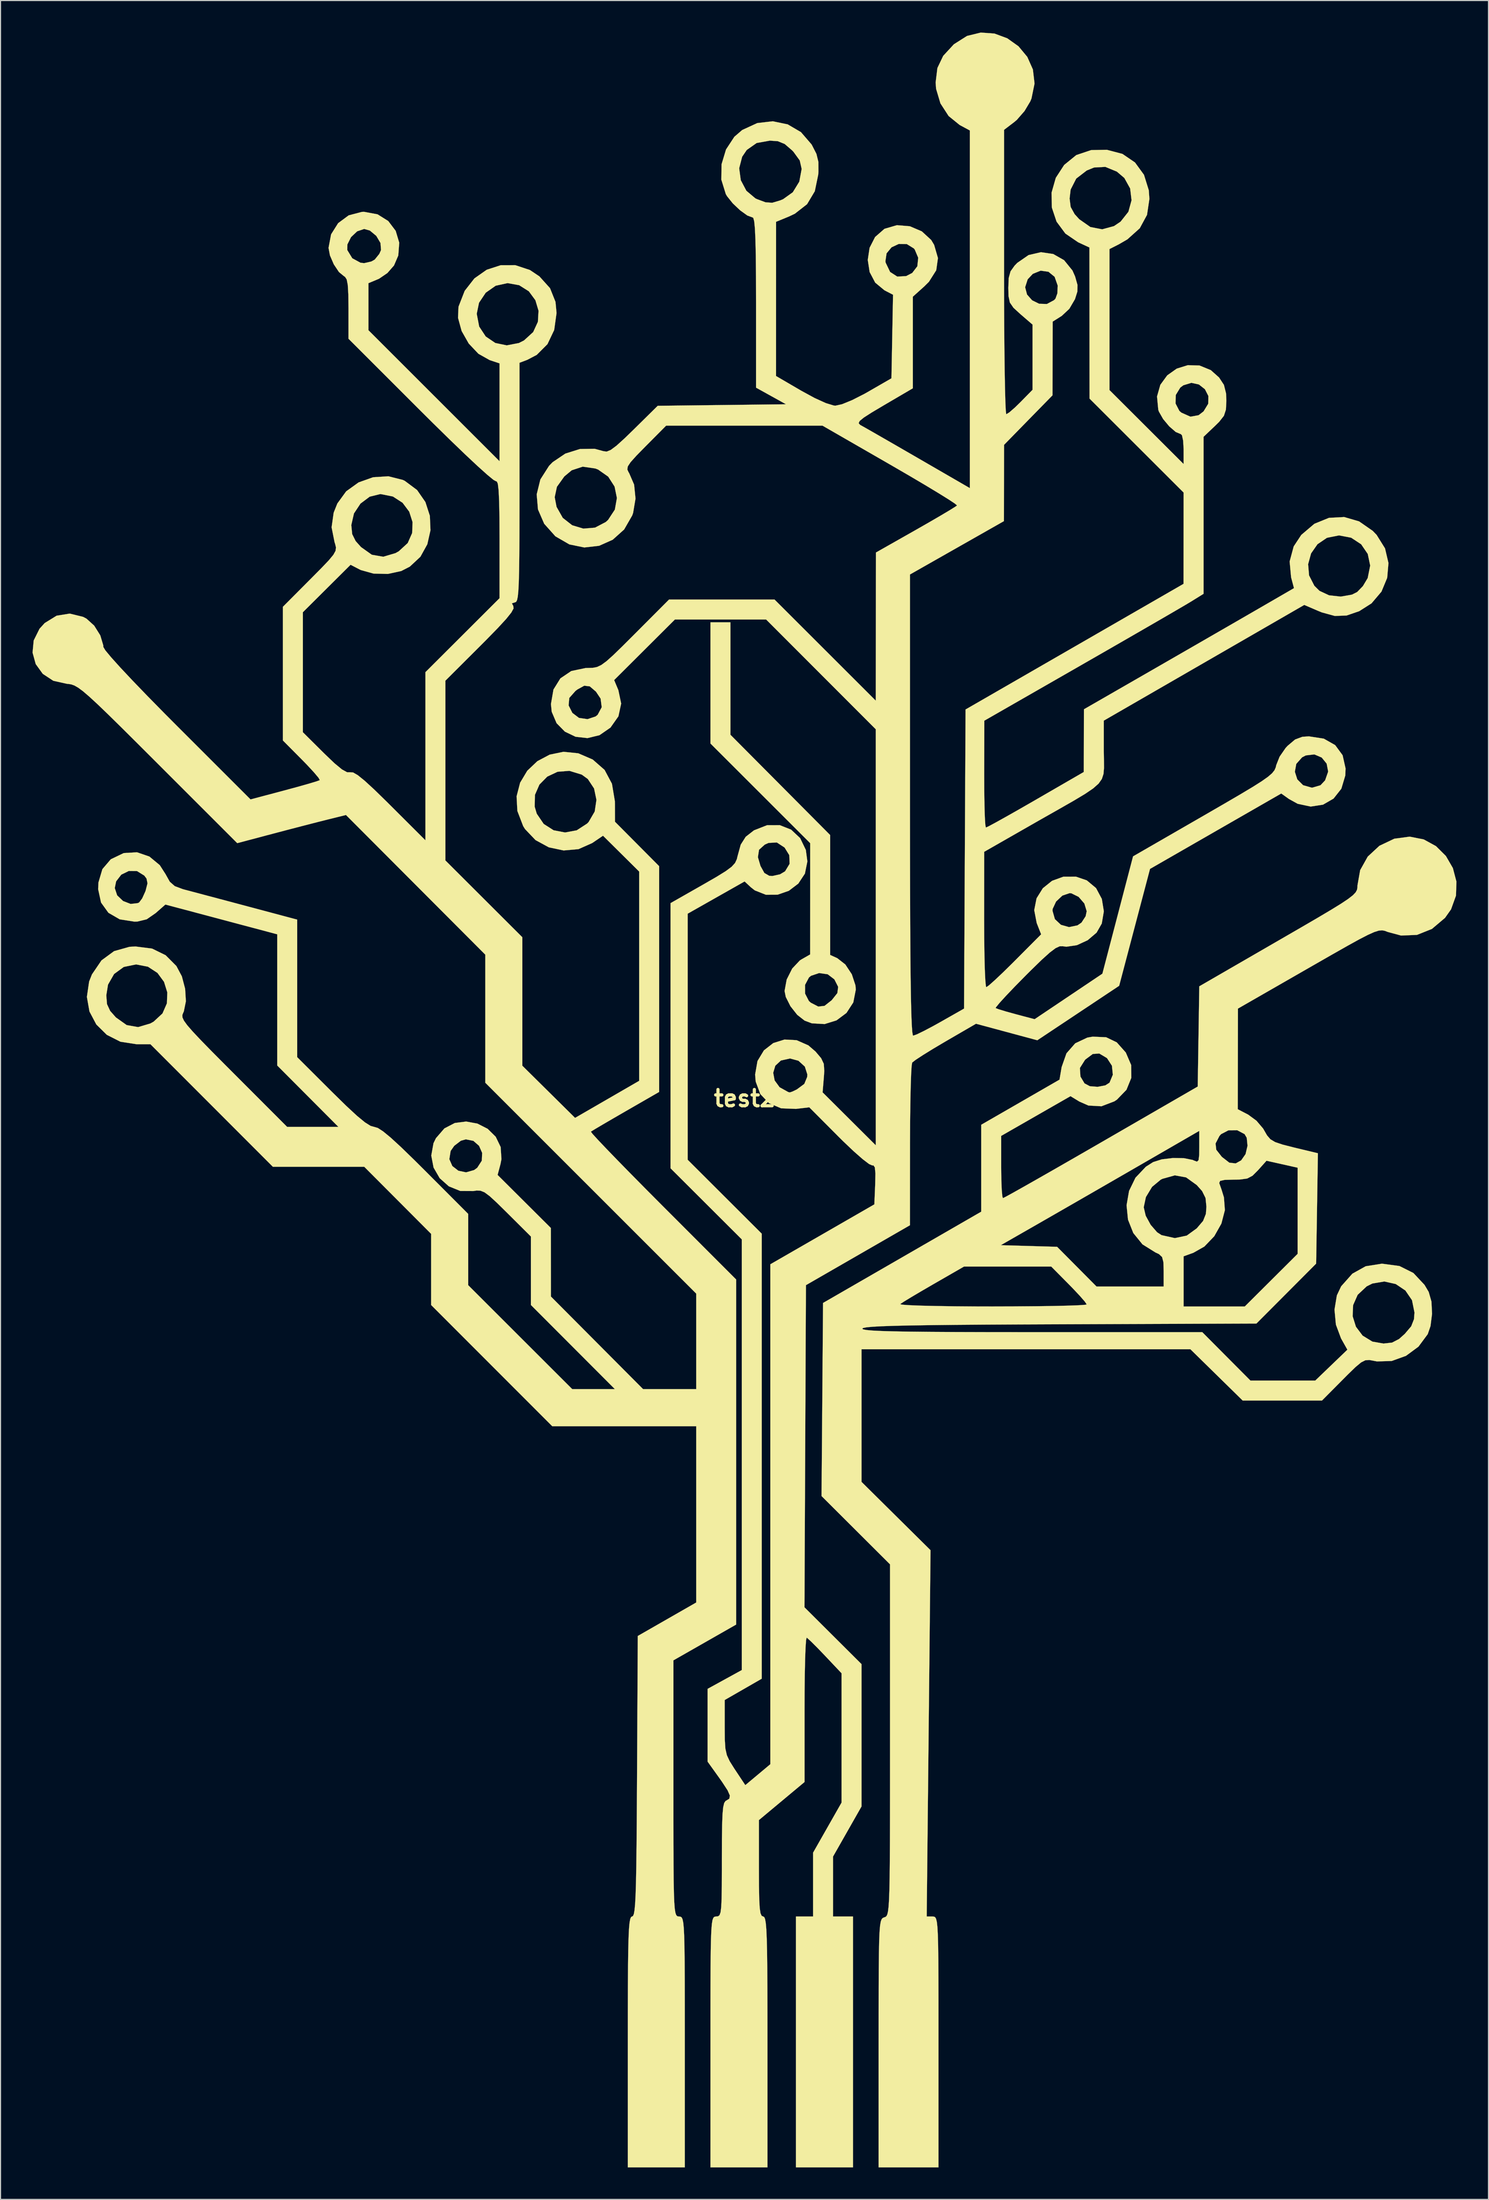
<source format=kicad_pcb>
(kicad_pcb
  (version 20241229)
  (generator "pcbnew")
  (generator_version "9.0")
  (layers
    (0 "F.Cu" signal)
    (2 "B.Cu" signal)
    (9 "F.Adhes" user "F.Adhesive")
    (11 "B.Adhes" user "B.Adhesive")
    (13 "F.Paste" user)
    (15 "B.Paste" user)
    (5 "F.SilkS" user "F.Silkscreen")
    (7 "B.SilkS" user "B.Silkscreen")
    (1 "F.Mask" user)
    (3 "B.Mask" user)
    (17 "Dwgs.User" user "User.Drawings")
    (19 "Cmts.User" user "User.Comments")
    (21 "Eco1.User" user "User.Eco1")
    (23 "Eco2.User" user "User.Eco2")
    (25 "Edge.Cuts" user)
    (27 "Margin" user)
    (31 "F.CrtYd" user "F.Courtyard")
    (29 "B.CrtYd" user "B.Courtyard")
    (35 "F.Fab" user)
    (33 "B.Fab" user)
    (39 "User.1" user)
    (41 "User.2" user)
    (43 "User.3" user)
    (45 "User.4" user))
  (footprint "test2"
    (layer "F.Cu")
    (at 66.803 99.971)
    (property "Reference" "test2" (at 0 0 0) (layer "F.SilkS") (effects (font (size 1.524 1.524) (thickness 0.3))))
    (attr through_hole)
    (fp_poly (pts (xy -1.337 -34.108) (xy 3.342 -29.403) (xy 8.021 -24.698) (xy 8.021 -13.454) (xy 8.69 -13.149) (xy 9.443 -12.559) (xy 10.051 -11.641) (xy 10.392 -10.604) (xy 10.426 -10.201) (xy 10.19 -8.999) (xy 9.55 -8.015) (xy 8.616 -7.317) (xy 7.496 -6.97) (xy 6.3 -7.04) (xy 5.623 -7.294) (xy 4.929 -7.837) (xy 4.293 -8.645) (xy 3.857 -9.512) (xy 3.743 -10.074) (xy 3.848 -10.645) (xy 5.663 -10.645) (xy 5.666 -9.83) (xy 6.027 -9.13) (xy 6.209 -8.972) (xy 6.904 -8.612) (xy 7.49 -8.678) (xy 8.147 -9.193) (xy 8.167 -9.212) (xy 8.693 -9.873) (xy 8.771 -10.46) (xy 8.421 -11.149) (xy 8.407 -11.17) (xy 7.789 -11.639) (xy 6.986 -11.755) (xy 6.226 -11.501) (xy 6.035 -11.344) (xy 5.663 -10.645) (xy 3.848 -10.645) (xy 3.942 -11.15) (xy 4.459 -12.178) (xy 5.176 -12.939) (xy 5.335 -13.04) (xy 6.146 -13.502) (xy 6.148 -18.719) (xy 6.149 -23.935) (xy -3.208 -33.282) (xy -3.208 -44.651) (xy -1.337 -44.651) (xy -1.337 -34.108)) (stroke (width 0.01) (type solid)) (fill yes) (layer "F.SilkS"))
    (fp_poly (pts (xy 63.701 -24.289) (xy 64.849 -23.659) (xy 65.777 -22.737) (xy 66.433 -21.603) (xy 66.766 -20.338) (xy 66.726 -19.021) (xy 66.262 -17.731) (xy 65.697 -16.932) (xy 64.469 -15.895) (xy 63.07 -15.335) (xy 61.577 -15.272) (xy 60.324 -15.61) (xy 60.058 -15.713) (xy 59.796 -15.763) (xy 59.481 -15.734) (xy 59.057 -15.601) (xy 58.466 -15.337) (xy 57.651 -14.917) (xy 56.556 -14.313) (xy 55.123 -13.501) (xy 53.296 -12.454) (xy 52.855 -12.201) (xy 46.272 -8.422) (xy 46.255 1.017) (xy 47.233 1.525) (xy 48.008 2.094) (xy 48.634 2.83) (xy 48.698 2.941) (xy 49.002 3.469) (xy 49.313 3.831) (xy 49.755 4.096) (xy 50.447 4.33) (xy 51.511 4.602) (xy 51.818 4.676) (xy 53.772 5.145) (xy 53.69 10.322) (xy 53.607 15.499) (xy 50.807 18.309) (xy 48.006 21.118) (xy 29.573 21.187) (xy 25.832 21.203) (xy 22.594 21.221) (xy 19.829 21.242) (xy 17.507 21.267) (xy 15.595 21.297) (xy 14.064 21.331) (xy 12.881 21.371) (xy 12.018 21.418) (xy 11.441 21.471) (xy 11.122 21.532) (xy 11.029 21.59) (xy 11.105 21.662) (xy 11.407 21.724) (xy 11.969 21.775) (xy 12.823 21.818) (xy 14.004 21.852) (xy 15.544 21.879) (xy 17.476 21.899) (xy 19.835 21.913) (xy 22.653 21.921) (xy 25.963 21.924) (xy 26.921 21.924) (xy 42.924 21.924) (xy 45.185 24.197) (xy 47.446 26.469) (xy 53.521 26.469) (xy 56.537 23.571) (xy 55.941 22.511) (xy 55.46 21.22) (xy 55.387 20.431) (xy 57.031 20.431) (xy 57.34 21.42) (xy 57.967 22.251) (xy 58.881 22.812) (xy 59.921 22.994) (xy 60.73 22.906) (xy 61.387 22.566) (xy 61.923 22.085) (xy 62.523 21.379) (xy 62.786 20.707) (xy 62.832 20.084) (xy 62.599 18.928) (xy 61.976 18.018) (xy 61.075 17.413) (xy 60.007 17.174) (xy 58.884 17.364) (xy 58.346 17.632) (xy 57.502 18.425) (xy 57.074 19.395) (xy 57.031 20.431) (xy 55.387 20.431) (xy 55.329 19.812) (xy 55.55 18.477) (xy 55.953 17.625) (xy 57.004 16.442) (xy 58.254 15.745) (xy 59.751 15.508) (xy 59.81 15.507) (xy 61.419 15.722) (xy 62.731 16.378) (xy 63.773 17.491) (xy 64.166 18.154) (xy 64.425 19.061) (xy 64.48 20.211) (xy 64.336 21.355) (xy 64.075 22.113) (xy 63.205 23.287) (xy 62.034 24.148) (xy 60.693 24.631) (xy 59.313 24.672) (xy 59.048 24.622) (xy 58.596 24.537) (xy 58.222 24.564) (xy 57.826 24.764) (xy 57.306 25.196) (xy 56.559 25.922) (xy 56.114 26.37) (xy 54.155 28.341) (xy 46.717 28.341) (xy 44.264 25.935) (xy 41.81 23.528) (xy 10.962 23.528) (xy 10.962 35.969) (xy 17.436 42.378) (xy 17.076 76.735) (xy 17.629 76.735) (xy 17.761 76.744) (xy 17.87 76.802) (xy 17.958 76.955) (xy 18.028 77.251) (xy 18.082 77.735) (xy 18.121 78.454) (xy 18.148 79.455) (xy 18.166 80.784) (xy 18.175 82.488) (xy 18.18 84.613) (xy 18.181 87.206) (xy 18.181 88.499) (xy 18.181 100.263) (xy 12.566 100.263) (xy 12.566 88.608) (xy 12.567 85.809) (xy 12.57 83.497) (xy 12.578 81.625) (xy 12.593 80.147) (xy 12.617 79.013) (xy 12.652 78.178) (xy 12.701 77.594) (xy 12.765 77.214) (xy 12.847 76.989) (xy 12.948 76.874) (xy 13.072 76.82) (xy 13.101 76.812) (xy 13.211 76.773) (xy 13.304 76.692) (xy 13.383 76.528) (xy 13.448 76.242) (xy 13.501 75.795) (xy 13.543 75.146) (xy 13.575 74.257) (xy 13.599 73.087) (xy 13.615 71.597) (xy 13.626 69.747) (xy 13.632 67.498) (xy 13.635 64.81) (xy 13.636 61.642) (xy 13.636 60.189) (xy 13.636 43.706) (xy 10.424 40.503) (xy 7.212 37.299) (xy 7.352 19.297) (xy 14.585 19.297) (xy 14.78 19.349) (xy 15.45 19.397) (xy 16.535 19.44) (xy 17.976 19.474) (xy 19.712 19.5) (xy 21.684 19.515) (xy 23.208 19.518) (xy 25.326 19.512) (xy 27.263 19.496) (xy 28.956 19.472) (xy 30.345 19.439) (xy 31.367 19.401) (xy 31.959 19.357) (xy 32.084 19.325) (xy 31.908 19.06) (xy 31.437 18.519) (xy 30.757 17.796) (xy 30.421 17.453) (xy 28.758 15.775) (xy 20.573 15.775) (xy 17.706 17.425) (xy 16.584 18.077) (xy 15.624 18.645) (xy 14.926 19.07) (xy 14.59 19.293) (xy 14.585 19.297) (xy 7.352 19.297) (xy 7.353 19.186) (xy 16.742 13.769) (xy 24.025 13.769) (xy 26.667 13.845) (xy 29.309 13.921) (xy 33.006 17.646) (xy 39.303 17.646) (xy 39.303 16.208) (xy 39.279 15.361) (xy 39.156 14.882) (xy 39.083 14.813) (xy 41.175 14.813) (xy 41.175 19.518) (xy 46.913 19.518) (xy 49.391 17.05) (xy 51.869 14.582) (xy 51.869 6.502) (xy 50.41 6.175) (xy 48.951 5.849) (xy 48.159 6.734) (xy 47.641 7.252) (xy 47.142 7.517) (xy 46.45 7.611) (xy 45.874 7.62) (xy 45.02 7.645) (xy 44.6 7.739) (xy 44.516 7.932) (xy 44.544 8.021) (xy 44.732 8.553) (xy 44.955 9.276) (xy 44.958 9.287) (xy 45.047 10.483) (xy 44.719 11.744) (xy 44.051 12.929) (xy 43.121 13.898) (xy 42.092 14.481) (xy 41.175 14.813) (xy 39.083 14.813) (xy 38.864 14.606) (xy 38.532 14.451) (xy 37.315 13.69) (xy 36.456 12.631) (xy 35.958 11.376) (xy 35.843 10.214) (xy 37.433 10.214) (xy 37.62 11.008) (xy 38.086 11.862) (xy 38.69 12.558) (xy 39.104 12.826) (xy 40.354 13.105) (xy 41.469 12.87) (xy 42.405 12.192) (xy 43.001 11.494) (xy 43.265 10.83) (xy 43.314 10.16) (xy 43.231 9.341) (xy 42.908 8.691) (xy 42.405 8.128) (xy 41.408 7.411) (xy 40.352 7.219) (xy 39.187 7.545) (xy 39.027 7.625) (xy 38.215 8.3) (xy 37.636 9.259) (xy 37.433 10.214) (xy 35.843 10.214) (xy 35.824 10.025) (xy 36.057 8.68) (xy 36.658 7.442) (xy 37.631 6.412) (xy 38.317 5.975) (xy 39.129 5.717) (xy 40.173 5.592) (xy 41.217 5.609) (xy 42.03 5.776) (xy 42.147 5.83) (xy 42.428 5.935) (xy 42.577 5.796) (xy 42.636 5.31) (xy 42.645 4.571) (xy 42.645 4.23) (xy 44.172 4.23) (xy 44.238 4.817) (xy 44.753 5.474) (xy 44.772 5.493) (xy 45.463 6.03) (xy 46.061 6.099) (xy 46.572 5.815) (xy 46.985 5.226) (xy 47.17 4.442) (xy 47.097 3.699) (xy 46.895 3.352) (xy 46.2 2.986) (xy 45.386 2.993) (xy 44.687 3.356) (xy 44.532 3.535) (xy 44.172 4.23) (xy 42.645 4.23) (xy 42.645 3.046) (xy 36.897 6.367) (xy 35.047 7.435) (xy 33.11 8.552) (xy 31.211 9.646) (xy 29.476 10.644) (xy 28.031 11.474) (xy 27.587 11.729) (xy 24.025 13.769) (xy 16.742 13.769) (xy 22.192 10.625) (xy 22.192 2.472) (xy 29.533 -1.758) (xy 29.719 -2.849) (xy 31.445 -2.849) (xy 31.497 -2.048) (xy 31.882 -1.404) (xy 32.378 -1.142) (xy 33.111 -1.084) (xy 33.828 -1.22) (xy 34.224 -1.471) (xy 34.536 -2.221) (xy 34.451 -3.063) (xy 33.998 -3.762) (xy 33.96 -3.794) (xy 33.267 -4.207) (xy 32.657 -4.167) (xy 31.978 -3.66) (xy 31.922 -3.605) (xy 31.445 -2.849) (xy 29.719 -2.849) (xy 29.735 -2.942) (xy 30.186 -4.227) (xy 31.009 -5.166) (xy 32.146 -5.702) (xy 32.653 -5.789) (xy 33.907 -5.734) (xy 34.904 -5.255) (xy 35.753 -4.301) (xy 36.257 -3.126) (xy 36.269 -1.925) (xy 35.815 -0.807) (xy 34.92 0.118) (xy 34.678 0.278) (xy 33.467 0.74) (xy 32.247 0.672) (xy 31.392 0.296) (xy 30.565 -0.208) (xy 27.314 1.655) (xy 24.063 3.518) (xy 24.063 6.438) (xy 24.077 7.615) (xy 24.115 8.565) (xy 24.17 9.18) (xy 24.226 9.358) (xy 24.485 9.228) (xy 25.157 8.859) (xy 26.19 8.279) (xy 27.533 7.517) (xy 29.136 6.602) (xy 30.948 5.562) (xy 32.919 4.426) (xy 33.444 4.123) (xy 42.499 -1.111) (xy 42.645 -10.512) (xy 50.065 -14.801) (xy 52.111 -15.985) (xy 53.742 -16.935) (xy 55.004 -17.684) (xy 55.945 -18.264) (xy 56.611 -18.709) (xy 57.051 -19.051) (xy 57.311 -19.323) (xy 57.438 -19.559) (xy 57.48 -19.792) (xy 57.484 -19.981) (xy 57.737 -21.409) (xy 58.447 -22.677) (xy 59.539 -23.69) (xy 60.94 -24.356) (xy 60.946 -24.358) (xy 62.383 -24.549) (xy 63.701 -24.289)) (stroke (width 0.01) (type solid)) (fill yes) (layer "F.SilkS"))
    (fp_poly (pts (xy -34.438 -82.919) (xy -33.434 -82.291) (xy -32.736 -81.37) (xy -32.403 -80.257) (xy -32.492 -79.057) (xy -32.893 -78.122) (xy -33.513 -77.413) (xy -34.296 -76.878) (xy -34.363 -76.849) (xy -35.293 -76.46) (xy -35.293 -72.051) (xy -22.994 -59.761) (xy -22.994 -68.94) (xy -23.916 -69.244) (xy -24.977 -69.84) (xy -25.883 -70.798) (xy -26.549 -71.97) (xy -26.888 -73.209) (xy -26.872 -73.589) (xy -25.133 -73.589) (xy -24.904 -72.392) (xy -24.289 -71.46) (xy -23.392 -70.852) (xy -22.321 -70.628) (xy -21.18 -70.847) (xy -20.7 -71.089) (xy -19.839 -71.875) (xy -19.395 -72.84) (xy -19.336 -73.873) (xy -19.631 -74.863) (xy -20.247 -75.7) (xy -21.154 -76.271) (xy -22.239 -76.467) (xy -23.354 -76.223) (xy -24.287 -75.569) (xy -24.919 -74.624) (xy -25.133 -73.589) (xy -26.872 -73.589) (xy -26.844 -74.252) (xy -26.263 -75.742) (xy -25.352 -76.909) (xy -24.198 -77.72) (xy -22.888 -78.144) (xy -21.508 -78.147) (xy -20.147 -77.697) (xy -19.253 -77.097) (xy -18.258 -75.991) (xy -17.745 -74.71) (xy -17.646 -73.665) (xy -17.867 -72.07) (xy -18.5 -70.739) (xy -19.504 -69.736) (xy -20.387 -69.273) (xy -21.122 -68.994) (xy -21.122 -57.758) (xy -21.124 -55) (xy -21.129 -52.729) (xy -21.141 -50.9) (xy -21.16 -49.465) (xy -21.189 -48.378) (xy -21.23 -47.592) (xy -21.283 -47.06) (xy -21.352 -46.736) (xy -21.437 -46.572) (xy -21.541 -46.523) (xy -21.556 -46.522) (xy -21.836 -46.433) (xy -21.7 -46.173) (xy -21.678 -45.954) (xy -21.889 -45.568) (xy -22.368 -44.97) (xy -23.155 -44.115) (xy -24.286 -42.958) (xy -24.742 -42.501) (xy -28.074 -39.177) (xy -28.074 -22.318) (xy -24.464 -18.716) (xy -20.855 -15.114) (xy -20.855 -3.064) (xy -18.382 -0.618) (xy -15.908 1.829) (xy -12.901 0.09) (xy -9.893 -1.649) (xy -9.893 -21.271) (xy -13.288 -24.636) (xy -14.301 -23.949) (xy -15.586 -23.378) (xy -16.984 -23.254) (xy -18.371 -23.547) (xy -19.619 -24.226) (xy -20.605 -25.26) (xy -20.778 -25.539) (xy -21.321 -26.953) (xy -21.343 -27.355) (xy -19.696 -27.355) (xy -19.503 -26.701) (xy -18.85 -25.74) (xy -17.92 -25.146) (xy -16.844 -24.94) (xy -15.753 -25.143) (xy -14.779 -25.775) (xy -14.638 -25.922) (xy -14.067 -26.904) (xy -13.904 -28.001) (xy -14.126 -29.067) (xy -14.713 -29.955) (xy -15.279 -30.366) (xy -16.443 -30.722) (xy -17.55 -30.635) (xy -18.515 -30.181) (xy -19.252 -29.433) (xy -19.674 -28.466) (xy -19.696 -27.355) (xy -21.343 -27.355) (xy -21.395 -28.331) (xy -21.064 -29.61) (xy -20.394 -30.73) (xy -19.448 -31.627) (xy -18.292 -32.241) (xy -16.991 -32.508) (xy -15.61 -32.367) (xy -14.251 -31.781) (xy -13.14 -30.808) (xy -12.449 -29.511) (xy -12.176 -27.881) (xy -12.17 -27.614) (xy -12.165 -25.947) (xy -8.021 -21.779) (xy -8.021 -0.605) (xy -11.163 1.204) (xy -12.322 1.875) (xy -13.307 2.449) (xy -14.029 2.876) (xy -14.399 3.102) (xy -14.426 3.121) (xy -14.272 3.328) (xy -13.779 3.869) (xy -12.99 4.701) (xy -11.945 5.782) (xy -10.685 7.07) (xy -9.252 8.521) (xy -7.686 10.094) (xy -7.675 10.105) (xy -0.802 16.982) (xy -0.802 49.354) (xy -6.684 52.709) (xy -6.684 64.722) (xy -6.684 67.567) (xy -6.681 69.923) (xy -6.673 71.836) (xy -6.659 73.353) (xy -6.637 74.519) (xy -6.604 75.381) (xy -6.558 75.984) (xy -6.498 76.375) (xy -6.42 76.599) (xy -6.324 76.704) (xy -6.208 76.733) (xy -6.149 76.735) (xy -6.022 76.747) (xy -5.916 76.813) (xy -5.83 76.982) (xy -5.763 77.298) (xy -5.711 77.808) (xy -5.673 78.56) (xy -5.647 79.599) (xy -5.63 80.972) (xy -5.62 82.726) (xy -5.616 84.907) (xy -5.615 87.561) (xy -5.615 88.499) (xy -5.615 100.263) (xy -10.962 100.263) (xy -10.962 88.499) (xy -10.96 85.653) (xy -10.954 83.297) (xy -10.941 81.386) (xy -10.921 79.876) (xy -10.891 78.723) (xy -10.851 77.881) (xy -10.798 77.305) (xy -10.732 76.953) (xy -10.651 76.777) (xy -10.564 76.735) (xy -10.472 76.681) (xy -10.394 76.491) (xy -10.329 76.123) (xy -10.275 75.535) (xy -10.231 74.684) (xy -10.195 73.528) (xy -10.166 72.026) (xy -10.142 70.135) (xy -10.122 67.812) (xy -10.104 65.016) (xy -10.096 63.578) (xy -10.026 50.422) (xy -7.286 48.852) (xy -4.545 47.282) (xy -4.545 30.747) (xy -18.052 30.747) (xy -23.731 25.064) (xy -29.411 19.38) (xy -29.411 12.708) (xy -32.548 9.562) (xy -35.685 6.417) (xy -44.254 6.417) (xy -55.742 -5.08) (xy -57.044 -5.08) (xy -58.557 -5.314) (xy -59.833 -5.96) (xy -60.819 -6.932) (xy -61.461 -8.146) (xy -61.703 -9.518) (xy -61.682 -9.665) (xy -59.882 -9.665) (xy -59.815 -8.839) (xy -59.521 -8.205) (xy -58.981 -7.593) (xy -57.97 -6.875) (xy -56.897 -6.686) (xy -55.748 -7.027) (xy -55.44 -7.199) (xy -54.612 -7.966) (xy -54.196 -8.916) (xy -54.159 -9.94) (xy -54.466 -10.928) (xy -55.083 -11.768) (xy -55.976 -12.351) (xy -57.091 -12.565) (xy -58.245 -12.327) (xy -59.149 -11.667) (xy -59.72 -10.671) (xy -59.882 -9.665) (xy -61.682 -9.665) (xy -61.493 -10.961) (xy -61.228 -11.63) (xy -60.334 -12.943) (xy -59.152 -13.81) (xy -57.708 -14.217) (xy -57.14 -14.247) (xy -55.584 -14.049) (xy -54.317 -13.428) (xy -53.307 -12.414) (xy -52.793 -11.447) (xy -52.486 -10.278) (xy -52.415 -9.11) (xy -52.611 -8.146) (xy -52.67 -8.024) (xy -52.748 -7.821) (xy -52.737 -7.592) (xy -52.598 -7.289) (xy -52.291 -6.864) (xy -51.776 -6.272) (xy -51.015 -5.463) (xy -49.968 -4.391) (xy -48.595 -3.01) (xy -47.957 -2.371) (xy -42.918 2.674) (xy -38.109 2.674) (xy -40.979 -0.205) (xy -43.848 -3.083) (xy -43.848 -15.388) (xy -49.093 -16.785) (xy -54.339 -18.181) (xy -55.252 -17.379) (xy -56.091 -16.798) (xy -56.962 -16.586) (xy -57.239 -16.577) (xy -58.621 -16.793) (xy -59.683 -17.408) (xy -60.374 -18.366) (xy -60.646 -19.615) (xy -60.641 -19.726) (xy -59.088 -19.726) (xy -58.864 -19.044) (xy -58.309 -18.513) (xy -57.6 -18.237) (xy -56.913 -18.317) (xy -56.793 -18.386) (xy -56.517 -18.755) (xy -56.224 -19.399) (xy -56.19 -19.495) (xy -56.016 -20.174) (xy -56.11 -20.622) (xy -56.321 -20.899) (xy -57.004 -21.322) (xy -57.773 -21.329) (xy -58.475 -20.986) (xy -58.959 -20.357) (xy -59.088 -19.726) (xy -60.641 -19.726) (xy -60.62 -20.247) (xy -60.248 -21.504) (xy -59.461 -22.426) (xy -58.272 -22.997) (xy -58.219 -23.012) (xy -56.999 -23.082) (xy -55.84 -22.683) (xy -54.865 -21.876) (xy -54.328 -21.039) (xy -53.927 -20.322) (xy -53.456 -19.906) (xy -52.705 -19.625) (xy -52.499 -19.569) (xy -51.81 -19.387) (xy -50.719 -19.097) (xy -49.342 -18.731) (xy -47.796 -18.32) (xy -46.589 -17.998) (xy -41.977 -16.769) (xy -41.977 -3.869) (xy -38.698 -0.598) (xy -37.376 0.698) (xy -36.365 1.635) (xy -35.616 2.25) (xy -35.085 2.583) (xy -34.751 2.674) (xy -34.414 2.773) (xy -33.913 3.097) (xy -33.204 3.68) (xy -32.245 4.56) (xy -30.994 5.774) (xy -30.009 6.754) (xy -25.935 10.835) (xy -25.935 17.518) (xy -21.053 22.395) (xy -16.171 27.272) (xy -12.172 27.272) (xy -16.112 23.325) (xy -20.053 19.378) (xy -20.053 12.956) (xy -22.284 10.736) (xy -23.244 9.79) (xy -23.921 9.168) (xy -24.406 8.809) (xy -24.79 8.655) (xy -25.165 8.646) (xy -25.449 8.691) (xy -26.673 8.684) (xy -27.75 8.249) (xy -28.609 7.485) (xy -29.182 6.49) (xy -29.333 5.704) (xy -27.704 5.704) (xy -27.421 6.348) (xy -26.855 6.786) (xy -26.133 6.937) (xy -25.379 6.723) (xy -25.087 6.509) (xy -24.656 5.841) (xy -24.625 5.111) (xy -24.916 4.448) (xy -25.451 3.982) (xy -26.152 3.842) (xy -26.618 3.969) (xy -27.243 4.448) (xy -27.581 4.931) (xy -27.704 5.704) (xy -29.333 5.704) (xy -29.398 5.362) (xy -29.189 4.201) (xy -28.961 3.734) (xy -28.168 2.817) (xy -27.191 2.308) (xy -26.126 2.17) (xy -25.068 2.365) (xy -24.112 2.852) (xy -23.355 3.596) (xy -22.89 4.557) (xy -22.814 5.697) (xy -22.905 6.164) (xy -23.176 7.18) (xy -18.181 12.155) (xy -18.179 15.368) (xy -18.177 18.582) (xy -9.525 27.272) (xy -4.545 27.272) (xy -4.545 18.312) (xy -14.438 8.422) (xy -24.331 -1.468) (xy -24.331 -13.48) (xy -30.865 -20.03) (xy -37.399 -26.58) (xy -39.086 -26.163) (xy -40.015 -25.928) (xy -41.292 -25.6) (xy -42.746 -25.222) (xy -44.186 -24.843) (xy -47.598 -23.939) (xy -55.047 -31.385) (xy -56.926 -33.261) (xy -58.469 -34.794) (xy -59.714 -36.017) (xy -60.701 -36.966) (xy -61.472 -37.677) (xy -62.064 -38.184) (xy -62.519 -38.522) (xy -62.877 -38.726) (xy -63.176 -38.832) (xy -63.457 -38.875) (xy -63.569 -38.882) (xy -64.85 -39.167) (xy -65.84 -39.818) (xy -66.502 -40.734) (xy -66.798 -41.811) (xy -66.692 -42.95) (xy -66.146 -44.048) (xy -65.659 -44.584) (xy -64.545 -45.272) (xy -63.309 -45.47) (xy -62.062 -45.165) (xy -61.741 -44.996) (xy -61.018 -44.342) (xy -60.445 -43.428) (xy -60.166 -42.493) (xy -60.158 -42.336) (xy -59.971 -42.024) (xy -59.433 -41.375) (xy -58.576 -40.423) (xy -57.432 -39.205) (xy -56.035 -37.755) (xy -54.417 -36.107) (xy -53.255 -34.94) (xy -46.352 -28.041) (xy -43.162 -28.888) (xy -41.932 -29.221) (xy -40.902 -29.512) (xy -40.175 -29.73) (xy -39.857 -29.845) (xy -39.853 -29.848) (xy -39.976 -30.072) (xy -40.405 -30.583) (xy -41.064 -31.293) (xy -41.524 -31.764) (xy -43.314 -33.568) (xy -43.314 -46.111) (xy -40.738 -48.697) (xy -39.711 -49.733) (xy -39.009 -50.47) (xy -38.581 -50.987) (xy -38.374 -51.363) (xy -38.337 -51.677) (xy -38.417 -52.009) (xy -38.466 -52.15) (xy -38.748 -53.563) (xy -38.722 -53.741) (xy -36.897 -53.741) (xy -36.815 -52.922) (xy -36.491 -52.272) (xy -35.988 -51.709) (xy -34.977 -50.99) (xy -33.903 -50.802) (xy -32.755 -51.142) (xy -32.446 -51.315) (xy -31.608 -52.085) (xy -31.189 -53.032) (xy -31.153 -54.049) (xy -31.466 -55.03) (xy -32.093 -55.867) (xy -32.999 -56.453) (xy -34.15 -56.681) (xy -34.183 -56.681) (xy -35.175 -56.436) (xy -36.038 -55.787) (xy -36.651 -54.861) (xy -36.896 -53.788) (xy -36.897 -53.741) (xy -38.722 -53.741) (xy -38.553 -54.938) (xy -38.208 -55.799) (xy -37.38 -56.938) (xy -36.218 -57.773) (xy -34.856 -58.258) (xy -33.428 -58.351) (xy -32.064 -58.007) (xy -31.877 -57.916) (xy -30.729 -57.059) (xy -29.948 -55.933) (xy -29.53 -54.641) (xy -29.472 -53.287) (xy -29.768 -51.973) (xy -30.416 -50.802) (xy -31.41 -49.875) (xy -32.218 -49.461) (xy -33.473 -49.189) (xy -34.822 -49.223) (xy -36.006 -49.554) (xy -36.101 -49.6) (xy -36.968 -50.049) (xy -41.442 -45.598) (xy -41.442 -39.971) (xy -41.442 -34.343) (xy -39.46 -32.374) (xy -38.477 -31.433) (xy -37.776 -30.854) (xy -37.296 -30.591) (xy -37.002 -30.588) (xy -36.728 -30.567) (xy -36.295 -30.318) (xy -35.654 -29.801) (xy -34.757 -28.978) (xy -33.558 -27.808) (xy -33.236 -27.488) (xy -29.945 -24.205) (xy -29.945 -39.979) (xy -26.469 -43.447) (xy -22.994 -46.915) (xy -22.994 -52.483) (xy -23.003 -54.487) (xy -23.031 -55.992) (xy -23.081 -57.034) (xy -23.155 -57.649) (xy -23.253 -57.872) (xy -23.291 -57.867) (xy -23.551 -58.004) (xy -24.148 -58.494) (xy -25.049 -59.303) (xy -26.219 -60.399) (xy -27.624 -61.751) (xy -29.23 -63.326) (xy -30.377 -64.466) (xy -37.164 -71.25) (xy -37.164 -74.097) (xy -37.179 -75.419) (xy -37.23 -76.294) (xy -37.331 -76.812) (xy -37.492 -77.059) (xy -37.564 -77.098) (xy -38.057 -77.503) (xy -38.541 -78.227) (xy -38.904 -79.067) (xy -38.997 -79.567) (xy -37.276 -79.567) (xy -36.806 -78.796) (xy -36.04 -78.379) (xy -35.694 -78.339) (xy -35.017 -78.495) (xy -34.702 -78.673) (xy -34.271 -79.208) (xy -34.112 -79.567) (xy -34.161 -80.228) (xy -34.559 -80.9) (xy -35.161 -81.398) (xy -35.694 -81.547) (xy -36.351 -81.324) (xy -36.925 -80.778) (xy -37.268 -80.094) (xy -37.276 -79.567) (xy -38.997 -79.567) (xy -39.035 -79.769) (xy -38.795 -81.042) (xy -38.135 -82.091) (xy -37.144 -82.823) (xy -35.917 -83.144) (xy -35.694 -83.152) (xy -34.438 -82.919)) (stroke (width 0.01) (type solid)) (fill yes) (layer "F.SilkS"))
    (fp_poly (pts (xy 23.433 -99.874) (xy 24.636 -99.427) (xy 25.686 -98.68) (xy 26.51 -97.688) (xy 27.037 -96.506) (xy 27.192 -95.186) (xy 26.905 -93.784) (xy 26.794 -93.513) (xy 26.251 -92.604) (xy 25.533 -91.78) (xy 25.298 -91.58) (xy 24.331 -90.842) (xy 24.331 -77.505) (xy 24.335 -74.891) (xy 24.346 -72.447) (xy 24.365 -70.223) (xy 24.39 -68.27) (xy 24.42 -66.638) (xy 24.454 -65.379) (xy 24.492 -64.543) (xy 24.533 -64.18) (xy 24.542 -64.168) (xy 24.828 -64.345) (xy 25.356 -64.804) (xy 25.879 -65.315) (xy 27.004 -66.461) (xy 27.004 -72.576) (xy 25.868 -73.555) (xy 25.214 -74.154) (xy 24.876 -74.645) (xy 24.75 -75.253) (xy 24.732 -76.03) (xy 24.734 -76.081) (xy 26.309 -76.081) (xy 26.487 -75.397) (xy 26.965 -74.853) (xy 27.625 -74.529) (xy 28.351 -74.508) (xy 29.024 -74.87) (xy 29.153 -75.008) (xy 29.334 -75.508) (xy 29.364 -76.222) (xy 29.362 -76.243) (xy 29.074 -77.059) (xy 28.495 -77.532) (xy 27.766 -77.634) (xy 27.028 -77.335) (xy 26.548 -76.822) (xy 26.309 -76.081) (xy 24.734 -76.081) (xy 24.77 -76.955) (xy 24.939 -77.572) (xy 25.319 -78.104) (xy 25.568 -78.363) (xy 26.63 -79.097) (xy 27.792 -79.366) (xy 28.941 -79.198) (xy 29.963 -78.617) (xy 30.748 -77.651) (xy 30.996 -77.091) (xy 31.22 -76.296) (xy 31.207 -75.665) (xy 30.985 -74.961) (xy 30.453 -74.054) (xy 29.745 -73.393) (xy 28.896 -72.858) (xy 28.876 -65.941) (xy 26.603 -63.619) (xy 24.331 -61.296) (xy 24.324 -57.719) (xy 24.318 -54.142) (xy 15.507 -49.139) (xy 15.507 -27.51) (xy 15.51 -23.282) (xy 15.517 -19.568) (xy 15.529 -16.349) (xy 15.546 -13.602) (xy 15.568 -11.309) (xy 15.597 -9.448) (xy 15.632 -8) (xy 15.673 -6.943) (xy 15.72 -6.258) (xy 15.775 -5.924) (xy 15.806 -5.882) (xy 16.155 -6.007) (xy 16.848 -6.343) (xy 17.768 -6.832) (xy 18.342 -7.152) (xy 20.58 -8.422) (xy 20.721 -36.477) (xy 30.944 -42.369) (xy 41.167 -48.26) (xy 41.171 -52.541) (xy 41.175 -56.822) (xy 32.352 -65.633) (xy 32.345 -72.721) (xy 32.338 -79.809) (xy 31.279 -80.298) (xy 30.082 -81.116) (xy 29.255 -82.234) (xy 28.817 -83.546) (xy 28.799 -84.402) (xy 30.48 -84.402) (xy 30.58 -83.609) (xy 30.953 -82.936) (xy 31.389 -82.456) (xy 32.429 -81.728) (xy 33.537 -81.513) (xy 34.644 -81.814) (xy 35.263 -82.232) (xy 35.996 -83.158) (xy 36.292 -84.24) (xy 36.161 -85.342) (xy 35.614 -86.329) (xy 34.913 -86.925) (xy 33.832 -87.369) (xy 32.779 -87.311) (xy 32.087 -87.03) (xy 31.102 -86.271) (xy 30.578 -85.242) (xy 30.48 -84.402) (xy 28.799 -84.402) (xy 28.787 -84.949) (xy 29.184 -86.34) (xy 29.97 -87.55) (xy 31.11 -88.478) (xy 32.503 -88.943) (xy 33.976 -88.971) (xy 35.435 -88.587) (xy 36.615 -87.783) (xy 37.458 -86.625) (xy 37.907 -85.178) (xy 37.966 -84.368) (xy 37.743 -82.867) (xy 37.062 -81.611) (xy 35.903 -80.572) (xy 35.092 -80.101) (xy 34.223 -79.662) (xy 34.223 -66.433) (xy 37.699 -62.965) (xy 41.175 -59.497) (xy 41.175 -60.897) (xy 41.132 -61.68) (xy 41.023 -62.188) (xy 40.928 -62.297) (xy 40.432 -62.506) (xy 39.826 -63.032) (xy 39.253 -63.719) (xy 38.857 -64.414) (xy 38.798 -64.587) (xy 38.742 -65.179) (xy 40.418 -65.179) (xy 40.777 -64.481) (xy 40.967 -64.317) (xy 41.817 -63.938) (xy 42.581 -64.077) (xy 43.046 -64.436) (xy 43.486 -65.157) (xy 43.496 -65.883) (xy 43.173 -66.516) (xy 42.61 -66.959) (xy 41.904 -67.114) (xy 41.15 -66.884) (xy 40.862 -66.667) (xy 40.443 -65.979) (xy 40.418 -65.179) (xy 38.742 -65.179) (xy 38.681 -65.837) (xy 38.992 -66.93) (xy 39.639 -67.816) (xy 40.529 -68.446) (xy 41.569 -68.77) (xy 42.665 -68.74) (xy 43.726 -68.305) (xy 44.5 -67.616) (xy 44.957 -66.921) (xy 45.156 -66.123) (xy 45.185 -65.443) (xy 45.145 -64.606) (xy 44.956 -64.022) (xy 44.515 -63.461) (xy 44.116 -63.068) (xy 43.046 -62.051) (xy 43.046 -47.325) (xy 41.858 -46.589) (xy 41.362 -46.293) (xy 40.46 -45.765) (xy 39.212 -45.039) (xy 37.675 -44.15) (xy 35.909 -43.131) (xy 33.972 -42.016) (xy 31.923 -40.84) (xy 31.575 -40.64) (xy 22.481 -35.426) (xy 22.47 -30.413) (xy 22.475 -28.842) (xy 22.496 -27.473) (xy 22.529 -26.388) (xy 22.574 -25.669) (xy 22.626 -25.4) (xy 22.627 -25.4) (xy 22.9 -25.528) (xy 23.562 -25.884) (xy 24.538 -26.428) (xy 25.756 -27.118) (xy 27.142 -27.913) (xy 27.303 -28.007) (xy 31.811 -30.614) (xy 31.818 -33.555) (xy 31.825 -36.496) (xy 38.305 -40.224) (xy 40.215 -41.324) (xy 42.175 -42.453) (xy 44.077 -43.55) (xy 45.813 -44.551) (xy 47.276 -45.396) (xy 48.156 -45.905) (xy 51.528 -47.857) (xy 51.258 -48.872) (xy 51.145 -50.1) (xy 52.854 -50.1) (xy 52.943 -49.051) (xy 53.439 -48.08) (xy 53.92 -47.604) (xy 54.818 -47.185) (xy 55.916 -47.064) (xy 56.967 -47.248) (xy 57.453 -47.493) (xy 57.992 -48.048) (xy 58.434 -48.788) (xy 58.445 -48.813) (xy 58.677 -49.977) (xy 58.448 -51.065) (xy 57.829 -51.971) (xy 56.894 -52.587) (xy 55.757 -52.805) (xy 54.622 -52.579) (xy 53.734 -51.977) (xy 53.131 -51.113) (xy 52.854 -50.1) (xy 51.145 -50.1) (xy 51.121 -50.36) (xy 51.501 -51.772) (xy 52.213 -52.851) (xy 53.44 -53.893) (xy 54.81 -54.451) (xy 56.237 -54.527) (xy 57.634 -54.12) (xy 58.915 -53.23) (xy 59.28 -52.851) (xy 60.068 -51.588) (xy 60.391 -50.211) (xy 60.272 -48.824) (xy 59.735 -47.53) (xy 58.803 -46.432) (xy 57.649 -45.697) (xy 56.458 -45.288) (xy 55.358 -45.249) (xy 54.142 -45.581) (xy 53.768 -45.734) (xy 52.492 -46.283) (xy 33.688 -35.431) (xy 33.688 -32.573) (xy 33.702 -31.685) (xy 33.708 -30.988) (xy 33.66 -30.429) (xy 33.507 -29.959) (xy 33.2 -29.524) (xy 32.691 -29.073) (xy 31.93 -28.556) (xy 30.868 -27.92) (xy 29.457 -27.114) (xy 27.646 -26.087) (xy 27.343 -25.914) (xy 22.469 -23.127) (xy 22.464 -16.777) (xy 22.471 -14.999) (xy 22.493 -13.412) (xy 22.527 -12.092) (xy 22.573 -11.11) (xy 22.626 -10.541) (xy 22.665 -10.427) (xy 22.92 -10.607) (xy 23.472 -11.097) (xy 24.245 -11.828) (xy 25.162 -12.729) (xy 25.34 -12.908) (xy 27.81 -15.388) (xy 27.393 -16.451) (xy 27.173 -17.601) (xy 28.876 -17.601) (xy 29.1 -16.812) (xy 29.668 -16.279) (xy 30.428 -16.064) (xy 31.223 -16.23) (xy 31.595 -16.485) (xy 31.984 -17.083) (xy 32.084 -17.554) (xy 31.865 -18.276) (xy 31.327 -18.9) (xy 30.65 -19.234) (xy 30.48 -19.251) (xy 29.805 -19.021) (xy 29.212 -18.463) (xy 28.891 -17.772) (xy 28.876 -17.601) (xy 27.173 -17.601) (xy 27.162 -17.658) (xy 27.381 -18.767) (xy 27.966 -19.707) (xy 28.833 -20.406) (xy 29.897 -20.793) (xy 31.075 -20.797) (xy 32.093 -20.449) (xy 32.962 -19.724) (xy 33.505 -18.706) (xy 33.693 -17.547) (xy 33.499 -16.4) (xy 33.011 -15.546) (xy 32.178 -14.837) (xy 31.164 -14.369) (xy 30.174 -14.224) (xy 29.851 -14.27) (xy 29.554 -14.268) (xy 29.167 -14.09) (xy 28.63 -13.687) (xy 27.879 -13.011) (xy 26.852 -12.012) (xy 26.336 -11.497) (xy 25.343 -10.487) (xy 24.511 -9.615) (xy 23.902 -8.947) (xy 23.577 -8.549) (xy 23.542 -8.47) (xy 23.843 -8.354) (xy 24.516 -8.149) (xy 25.418 -7.9) (xy 25.43 -7.896) (xy 27.198 -7.427) (xy 33.555 -11.695) (xy 34.994 -17.198) (xy 36.432 -22.7) (xy 43.063 -26.523) (xy 44.992 -27.639) (xy 46.509 -28.525) (xy 47.664 -29.217) (xy 48.509 -29.753) (xy 49.094 -30.167) (xy 49.473 -30.495) (xy 49.585 -30.636) (xy 51.61 -30.636) (xy 51.84 -29.92) (xy 52.384 -29.374) (xy 53.194 -29.144) (xy 53.242 -29.143) (xy 54.018 -29.371) (xy 54.448 -29.832) (xy 54.735 -30.651) (xy 54.593 -31.398) (xy 54.127 -31.97) (xy 53.441 -32.262) (xy 52.64 -32.169) (xy 52.291 -31.989) (xy 51.744 -31.374) (xy 51.61 -30.636) (xy 49.585 -30.636) (xy 49.695 -30.773) (xy 49.813 -31.036) (xy 49.866 -31.263) (xy 50.178 -32.049) (xy 50.743 -32.867) (xy 50.928 -33.068) (xy 51.631 -33.66) (xy 52.314 -33.915) (xy 52.925 -33.956) (xy 54.322 -33.742) (xy 55.392 -33.136) (xy 56.09 -32.186) (xy 56.368 -30.943) (xy 56.342 -30.285) (xy 55.972 -29.046) (xy 55.241 -28.12) (xy 54.249 -27.547) (xy 53.094 -27.371) (xy 51.875 -27.63) (xy 51.051 -28.085) (xy 50.334 -28.596) (xy 44.179 -25.06) (xy 38.024 -21.523) (xy 36.577 -16.042) (xy 35.13 -10.561) (xy 31.291 -8.006) (xy 27.451 -5.451) (xy 24.575 -6.226) (xy 21.7 -7.001) (xy 18.804 -5.319) (xy 17.682 -4.654) (xy 16.73 -4.066) (xy 16.043 -3.616) (xy 15.719 -3.364) (xy 15.712 -3.356) (xy 15.661 -3.024) (xy 15.614 -2.23) (xy 15.574 -1.042) (xy 15.542 0.467) (xy 15.52 2.226) (xy 15.51 4.165) (xy 15.51 4.412) (xy 15.504 11.898) (xy 10.626 14.708) (xy 5.748 17.518) (xy 5.679 32.625) (xy 5.61 47.731) (xy 8.286 50.397) (xy 10.962 53.063) (xy 10.962 66.413) (xy 8.288 71.116) (xy 8.288 76.735) (xy 10.16 76.735) (xy 10.16 100.263) (xy 4.813 100.263) (xy 4.813 76.735) (xy 6.417 76.735) (xy 6.417 70.747) (xy 9.091 66.044) (xy 9.091 53.923) (xy 7.553 52.295) (xy 6.825 51.537) (xy 6.23 50.944) (xy 5.867 50.612) (xy 5.815 50.577) (xy 5.761 50.808) (xy 5.712 51.504) (xy 5.671 52.595) (xy 5.64 54.012) (xy 5.621 55.685) (xy 5.615 57.305) (xy 5.615 64.122) (xy 3.476 65.906) (xy 1.337 67.69) (xy 1.337 72.213) (xy 1.343 73.892) (xy 1.366 75.107) (xy 1.411 75.929) (xy 1.485 76.427) (xy 1.595 76.672) (xy 1.738 76.735) (xy 1.835 76.787) (xy 1.915 76.975) (xy 1.98 77.343) (xy 2.032 77.935) (xy 2.071 78.796) (xy 2.1 79.971) (xy 2.119 81.505) (xy 2.131 83.443) (xy 2.137 85.829) (xy 2.139 88.499) (xy 2.139 100.263) (xy -3.208 100.263) (xy -3.208 88.499) (xy -3.208 85.686) (xy -3.205 83.362) (xy -3.197 81.479) (xy -3.183 79.992) (xy -3.16 78.853) (xy -3.125 78.016) (xy -3.078 77.435) (xy -3.016 77.063) (xy -2.936 76.853) (xy -2.837 76.76) (xy -2.716 76.735) (xy -2.674 76.735) (xy -2.492 76.714) (xy -2.357 76.605) (xy -2.262 76.339) (xy -2.199 75.848) (xy -2.163 75.062) (xy -2.145 73.913) (xy -2.139 72.332) (xy -2.139 71.379) (xy -2.134 69.519) (xy -2.114 68.126) (xy -2.076 67.135) (xy -2.013 66.479) (xy -1.922 66.09) (xy -1.798 65.903) (xy -1.738 65.869) (xy -1.442 65.687) (xy -1.387 65.395) (xy -1.602 64.901) (xy -2.114 64.117) (xy -2.406 63.703) (xy -3.476 62.21) (xy -3.476 55.381) (xy -1.872 54.5) (xy -0.267 53.618) (xy -0.267 13.227) (xy -6.952 6.559) (xy -6.951 -18.315) (xy -3.899 -20.053) (xy -2.643 -20.777) (xy -1.779 -21.312) (xy -1.225 -21.724) (xy -0.904 -22.076) (xy -0.735 -22.436) (xy -0.69 -22.624) (xy 1.241 -22.624) (xy 1.485 -21.797) (xy 1.849 -21.141) (xy 2.297 -20.88) (xy 2.589 -20.855) (xy 3.325 -21.02) (xy 3.789 -21.297) (xy 4.214 -21.999) (xy 4.186 -22.81) (xy 3.743 -23.528) (xy 3.018 -24.002) (xy 2.24 -23.961) (xy 1.885 -23.803) (xy 1.347 -23.318) (xy 1.241 -22.624) (xy -0.69 -22.624) (xy -0.667 -22.721) (xy -0.37 -23.799) (xy 0.099 -24.538) (xy 0.862 -25.132) (xy 0.886 -25.146) (xy 2.107 -25.625) (xy 3.295 -25.627) (xy 4.358 -25.205) (xy 5.203 -24.412) (xy 5.738 -23.303) (xy 5.882 -22.225) (xy 5.651 -21.082) (xy 5.033 -20.147) (xy 4.142 -19.47) (xy 3.089 -19.104) (xy 1.988 -19.099) (xy 0.952 -19.509) (xy 0.578 -19.802) (xy -0.006 -20.347) (xy -2.677 -18.835) (xy -5.347 -17.323) (xy -5.347 5.756) (xy -1.872 9.224) (xy 1.604 12.692) (xy 1.604 54.429) (xy -0.134 55.429) (xy -1.872 56.428) (xy -1.872 58.966) (xy -1.862 60.164) (xy -1.808 60.99) (xy -1.669 61.603) (xy -1.407 62.166) (xy -0.983 62.841) (xy -0.906 62.958) (xy 0.06 64.412) (xy 1.233 63.432) (xy 2.406 62.451) (xy 2.406 15.56) (xy 7.286 12.75) (xy 12.165 9.94) (xy 12.244 8.049) (xy 12.264 7.035) (xy 12.211 6.472) (xy 12.073 6.278) (xy 11.975 6.291) (xy 11.669 6.158) (xy 11.064 5.696) (xy 10.231 4.965) (xy 9.239 4.023) (xy 8.844 3.631) (xy 6.061 0.838) (xy 4.816 0.985) (xy 3.423 0.932) (xy 2.286 0.451) (xy 1.469 -0.403) (xy 1.034 -1.576) (xy 0.98 -2.235) (xy 1.009 -2.399) (xy 2.677 -2.399) (xy 2.811 -1.685) (xy 3.278 -1.043) (xy 4.077 -0.599) (xy 4.229 -0.556) (xy 4.5 -0.649) (xy 4.897 -0.842) (xy 5.593 -1.357) (xy 5.864 -2.013) (xy 5.878 -2.252) (xy 5.645 -2.981) (xy 5.045 -3.53) (xy 4.256 -3.743) (xy 3.4 -3.553) (xy 2.874 -3.063) (xy 2.677 -2.399) (xy 1.009 -2.399) (xy 1.203 -3.507) (xy 1.805 -4.504) (xy 2.683 -5.188) (xy 3.739 -5.519) (xy 4.871 -5.459) (xy 5.977 -4.971) (xy 6.648 -4.391) (xy 7.176 -3.768) (xy 7.423 -3.241) (xy 7.468 -2.571) (xy 7.429 -1.991) (xy 7.311 -0.566) (xy 12.299 4.401) (xy 12.299 -34.619) (xy 2.01 -44.918) (xy -6.542 -44.918) (xy -9.392 -42.076) (xy -12.243 -39.234) (xy -11.848 -38.29) (xy -11.584 -37.033) (xy -11.842 -35.835) (xy -12.587 -34.778) (xy -13.617 -34.066) (xy -14.743 -33.792) (xy -15.86 -33.917) (xy -16.862 -34.397) (xy -17.644 -35.192) (xy -18.099 -36.258) (xy -18.159 -36.859) (xy -16.515 -36.859) (xy -16.161 -36.154) (xy -15.543 -35.686) (xy -14.739 -35.57) (xy -13.98 -35.823) (xy -13.789 -35.98) (xy -13.408 -36.691) (xy -13.514 -37.498) (xy -13.95 -38.15) (xy -14.527 -38.642) (xy -15.047 -38.708) (xy -15.689 -38.354) (xy -15.872 -38.214) (xy -16.452 -37.558) (xy -16.515 -36.859) (xy -18.159 -36.859) (xy -18.172 -36.984) (xy -17.936 -38.348) (xy -17.286 -39.395) (xy -16.265 -40.083) (xy -14.918 -40.366) (xy -14.701 -40.371) (xy -14.248 -40.384) (xy -13.858 -40.457) (xy -13.457 -40.644) (xy -12.972 -40.997) (xy -12.33 -41.571) (xy -11.458 -42.419) (xy -10.294 -43.581) (xy -7.094 -46.789) (xy 2.802 -46.789) (xy 12.299 -37.303) (xy 12.308 -44.252) (xy 12.316 -51.201) (xy 16.068 -53.327) (xy 17.341 -54.055) (xy 18.442 -54.696) (xy 19.29 -55.202) (xy 19.803 -55.525) (xy 19.92 -55.615) (xy 19.724 -55.784) (xy 19.122 -56.183) (xy 18.171 -56.774) (xy 16.93 -57.523) (xy 15.457 -58.393) (xy 13.81 -59.35) (xy 13.659 -59.437) (xy 7.298 -63.099) (xy -7.366 -63.099) (xy -9.298 -61.154) (xy -10.164 -60.27) (xy -10.701 -59.672) (xy -10.964 -59.272) (xy -11.006 -58.981) (xy -10.881 -58.711) (xy -10.837 -58.648) (xy -10.369 -57.564) (xy -10.239 -56.256) (xy -10.462 -54.921) (xy -10.545 -54.68) (xy -11.304 -53.36) (xy -12.375 -52.4) (xy -13.655 -51.829) (xy -15.044 -51.672) (xy -16.442 -51.958) (xy -17.746 -52.713) (xy -17.763 -52.727) (xy -18.805 -53.894) (xy -19.388 -55.236) (xy -19.486 -56.39) (xy -17.82 -56.39) (xy -17.646 -55.479) (xy -17.062 -54.447) (xy -16.182 -53.757) (xy -15.133 -53.441) (xy -14.04 -53.531) (xy -13.03 -54.059) (xy -12.813 -54.255) (xy -12.177 -55.225) (xy -11.984 -56.31) (xy -12.203 -57.384) (xy -12.802 -58.316) (xy -13.748 -58.979) (xy -14.014 -59.081) (xy -15.192 -59.251) (xy -16.223 -58.913) (xy -16.919 -58.332) (xy -17.612 -57.362) (xy -17.82 -56.39) (xy -19.486 -56.39) (xy -19.508 -56.655) (xy -19.164 -58.052) (xy -18.349 -59.329) (xy -18.013 -59.673) (xy -16.822 -60.477) (xy -15.453 -60.907) (xy -14.071 -60.928) (xy -13.235 -60.701) (xy -12.94 -60.665) (xy -12.562 -60.82) (xy -12.025 -61.219) (xy -11.257 -61.915) (xy -10.427 -62.72) (xy -8.155 -64.96) (xy -2.139 -65.032) (xy 3.877 -65.104) (xy 2.473 -65.882) (xy 1.069 -66.66) (xy 1.069 -74.638) (xy 1.063 -77.091) (xy 1.044 -79.044) (xy 1.01 -80.534) (xy 0.961 -81.597) (xy 0.894 -82.268) (xy 0.808 -82.582) (xy 0.76 -82.617) (xy 0.248 -82.809) (xy -0.428 -83.296) (xy -1.113 -83.944) (xy -1.652 -84.616) (xy -1.77 -84.817) (xy -2.188 -86.167) (xy -2.174 -87.238) (xy -0.515 -87.238) (xy -0.364 -86.121) (xy 0.161 -85.127) (xy 1.003 -84.417) (xy 1.154 -84.345) (xy 1.959 -84.045) (xy 2.586 -84.003) (xy 3.318 -84.219) (xy 3.6 -84.334) (xy 4.514 -84.987) (xy 5.126 -85.986) (xy 5.347 -87.176) (xy 5.168 -87.97) (xy 4.577 -88.784) (xy 4.438 -88.927) (xy 3.754 -89.516) (xy 3.107 -89.779) (xy 2.366 -89.83) (xy 1.125 -89.609) (xy 0.196 -88.956) (xy -0.236 -88.316) (xy -0.515 -87.238) (xy -2.174 -87.238) (xy -2.169 -87.61) (xy -1.75 -89) (xy -0.968 -90.192) (xy -0.23 -90.828) (xy 1.181 -91.477) (xy 2.637 -91.646) (xy 4.037 -91.355) (xy 5.281 -90.627) (xy 6.267 -89.484) (xy 6.318 -89.399) (xy 6.732 -88.588) (xy 6.913 -87.848) (xy 6.919 -86.913) (xy 6.901 -86.643) (xy 6.579 -85.084) (xy 5.853 -83.869) (xy 4.706 -82.975) (xy 4.155 -82.714) (xy 2.943 -82.216) (xy 2.942 -74.985) (xy 2.941 -67.755) (xy 5.328 -66.363) (xy 6.568 -65.688) (xy 7.615 -65.213) (xy 8.363 -64.984) (xy 8.513 -64.971) (xy 9.142 -65.111) (xy 10.085 -65.496) (xy 11.216 -66.071) (xy 11.541 -66.254) (xy 13.769 -67.538) (xy 13.843 -71.458) (xy 13.917 -75.377) (xy 13.113 -75.793) (xy 12.244 -76.513) (xy 11.722 -77.506) (xy 11.567 -78.512) (xy 13.201 -78.512) (xy 13.226 -78.383) (xy 13.643 -77.513) (xy 14.314 -77.08) (xy 15.142 -77.123) (xy 15.715 -77.418) (xy 16.197 -78.045) (xy 16.28 -78.845) (xy 15.951 -79.621) (xy 15.867 -79.722) (xy 15.203 -80.132) (xy 14.458 -80.142) (xy 13.779 -79.826) (xy 13.311 -79.258) (xy 13.201 -78.512) (xy 11.567 -78.512) (xy 11.547 -78.639) (xy 11.717 -79.778) (xy 12.233 -80.79) (xy 13.093 -81.542) (xy 13.137 -81.567) (xy 14.28 -81.9) (xy 15.492 -81.801) (xy 16.616 -81.322) (xy 17.497 -80.513) (xy 17.773 -80.053) (xy 18.131 -78.817) (xy 17.971 -77.673) (xy 17.287 -76.593) (xy 16.856 -76.164) (xy 15.775 -75.192) (xy 15.775 -66.602) (xy 13.064 -65.013) (xy 11.917 -64.331) (xy 11.179 -63.857) (xy 10.79 -63.54) (xy 10.691 -63.33) (xy 10.823 -63.176) (xy 10.883 -63.141) (xy 11.267 -62.926) (xy 12.037 -62.487) (xy 13.113 -61.869) (xy 14.419 -61.117) (xy 15.876 -60.275) (xy 16.267 -60.049) (xy 21.122 -57.239) (xy 21.122 -90.784) (xy 20.167 -91.298) (xy 19.131 -92.138) (xy 18.364 -93.322) (xy 17.956 -94.69) (xy 17.914 -95.287) (xy 18.079 -96.643) (xy 18.624 -97.784) (xy 19.621 -98.864) (xy 19.632 -98.873) (xy 20.859 -99.651) (xy 22.15 -99.966) (xy 23.433 -99.874)) (stroke (width 0.01) (type solid)) (fill yes) (layer "F.SilkS")))
  (gr_rect
    (start -3 -3)
    (end 136.575 203.24)
    (stroke (width 0.1) (type default))
    (fill no)
    (layer "Edge.Cuts")))
</source>
